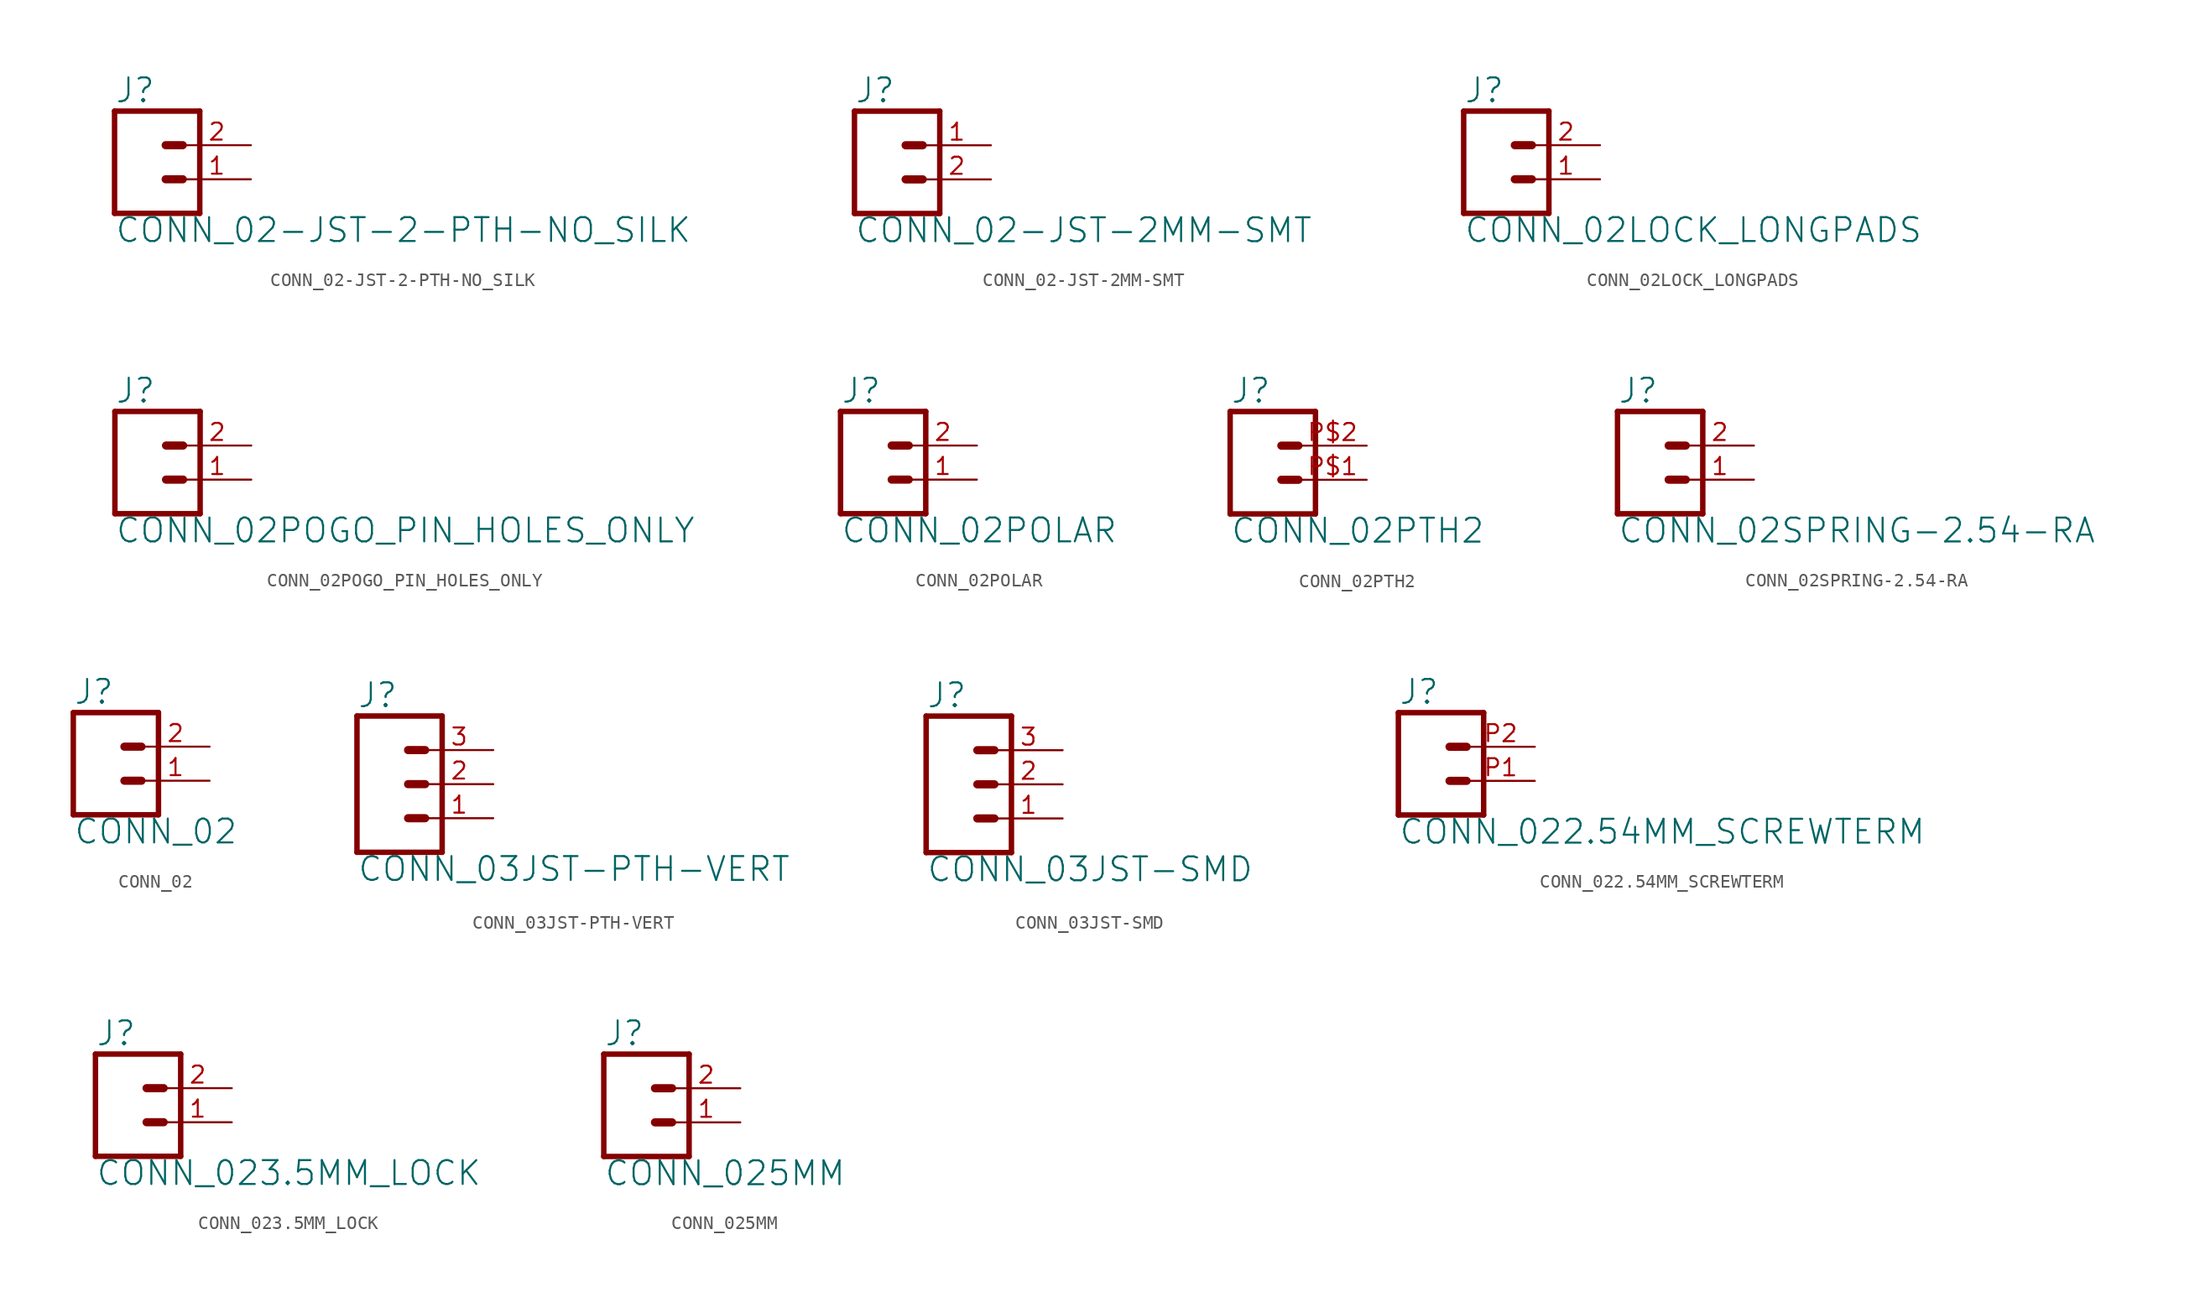
<source format=kicad_sym>
(kicad_symbol_lib
  (version 20220331)
  (generator kicad_symbol_editor)
  (symbol "CONN_02-JST-2-PTH-NO_SILK"
    (property "Reference" "J"
      (at -2.54 5.588 0)
      (effects (font (size 1.778 1.778)) (justify left bottom)))
    (property "Value" "CONN_02-JST-2-PTH-NO_SILK"
      (at -2.54 -4.826 0)
      (effects (font (size 1.778 1.778)) (justify left bottom)))
    (property "ki_locked" ""
      (at 0 0 0)
      (effects (font (size 1.27 1.27))))
    (symbol "CONN_02-JST-2-PTH-NO_SILK_1_0"
      (polyline (pts (xy -2.54 5.08) (xy -2.54 -2.54)) (stroke (width 0.406) (type solid)) (fill (type none)))
      (polyline (pts (xy -2.54 5.08) (xy 3.81 5.08)) (stroke (width 0.406) (type solid)) (fill (type none)))
      (polyline (pts (xy 1.27 0) (xy 2.54 0)) (stroke (width 0.61) (type solid)) (fill (type none)))
      (polyline (pts (xy 1.27 2.54) (xy 2.54 2.54)) (stroke (width 0.61) (type solid)) (fill (type none)))
      (polyline (pts (xy 3.81 -2.54) (xy -2.54 -2.54)) (stroke (width 0.406) (type solid)) (fill (type none)))
      (polyline (pts (xy 3.81 -2.54) (xy 3.81 5.08)) (stroke (width 0.406) (type solid)) (fill (type none)))
      (pin passive line (at 7.62 0 180) (length 5.08) (name "1" (effects (font (size 0 0)))) (number "1" (effects (font (size 1.27 1.27)))))
      (pin passive line (at 7.62 2.54 180) (length 5.08) (name "2" (effects (font (size 0 0)))) (number "2" (effects (font (size 1.27 1.27)))))))
  (symbol "CONN_02-JST-2MM-SMT"
    (property "Reference" "J"
      (at -2.54 5.588 0)
      (effects (font (size 1.778 1.778)) (justify left bottom)))
    (property "Value" "CONN_02-JST-2MM-SMT"
      (at -2.54 -4.826 0)
      (effects (font (size 1.778 1.778)) (justify left bottom)))
    (property "ki_locked" ""
      (at 0 0 0)
      (effects (font (size 1.27 1.27))))
    (symbol "CONN_02-JST-2MM-SMT_1_0"
      (polyline (pts (xy -2.54 5.08) (xy -2.54 -2.54)) (stroke (width 0.406) (type solid)) (fill (type none)))
      (polyline (pts (xy -2.54 5.08) (xy 3.81 5.08)) (stroke (width 0.406) (type solid)) (fill (type none)))
      (polyline (pts (xy 1.27 0) (xy 2.54 0)) (stroke (width 0.61) (type solid)) (fill (type none)))
      (polyline (pts (xy 1.27 2.54) (xy 2.54 2.54)) (stroke (width 0.61) (type solid)) (fill (type none)))
      (polyline (pts (xy 3.81 -2.54) (xy -2.54 -2.54)) (stroke (width 0.406) (type solid)) (fill (type none)))
      (polyline (pts (xy 3.81 -2.54) (xy 3.81 5.08)) (stroke (width 0.406) (type solid)) (fill (type none)))
      (pin passive line (at 7.62 2.54 180) (length 5.08) (name "2" (effects (font (size 0 0)))) (number "1" (effects (font (size 1.27 1.27)))))
      (pin passive line (at 7.62 0 180) (length 5.08) (name "1" (effects (font (size 0 0)))) (number "2" (effects (font (size 1.27 1.27)))))))
  (symbol "CONN_02LOCK_LONGPADS"
    (property "Reference" "J"
      (at -2.54 5.588 0)
      (effects (font (size 1.778 1.778)) (justify left bottom)))
    (property "Value" "CONN_02LOCK_LONGPADS"
      (at -2.54 -4.826 0)
      (effects (font (size 1.778 1.778)) (justify left bottom)))
    (property "ki_locked" ""
      (at 0 0 0)
      (effects (font (size 1.27 1.27))))
    (symbol "CONN_02LOCK_LONGPADS_1_0"
      (polyline (pts (xy -2.54 5.08) (xy -2.54 -2.54)) (stroke (width 0.406) (type solid)) (fill (type none)))
      (polyline (pts (xy -2.54 5.08) (xy 3.81 5.08)) (stroke (width 0.406) (type solid)) (fill (type none)))
      (polyline (pts (xy 1.27 0) (xy 2.54 0)) (stroke (width 0.61) (type solid)) (fill (type none)))
      (polyline (pts (xy 1.27 2.54) (xy 2.54 2.54)) (stroke (width 0.61) (type solid)) (fill (type none)))
      (polyline (pts (xy 3.81 -2.54) (xy -2.54 -2.54)) (stroke (width 0.406) (type solid)) (fill (type none)))
      (polyline (pts (xy 3.81 -2.54) (xy 3.81 5.08)) (stroke (width 0.406) (type solid)) (fill (type none)))
      (pin passive line (at 7.62 0 180) (length 5.08) (name "1" (effects (font (size 0 0)))) (number "1" (effects (font (size 1.27 1.27)))))
      (pin passive line (at 7.62 2.54 180) (length 5.08) (name "2" (effects (font (size 0 0)))) (number "2" (effects (font (size 1.27 1.27)))))))
  (symbol "CONN_02POGO_PIN_HOLES_ONLY"
    (property "Reference" "J"
      (at -2.54 5.588 0)
      (effects (font (size 1.778 1.778)) (justify left bottom)))
    (property "Value" "CONN_02POGO_PIN_HOLES_ONLY"
      (at -2.54 -4.826 0)
      (effects (font (size 1.778 1.778)) (justify left bottom)))
    (property "ki_locked" ""
      (at 0 0 0)
      (effects (font (size 1.27 1.27))))
    (symbol "CONN_02POGO_PIN_HOLES_ONLY_1_0"
      (polyline (pts (xy -2.54 5.08) (xy -2.54 -2.54)) (stroke (width 0.406) (type solid)) (fill (type none)))
      (polyline (pts (xy -2.54 5.08) (xy 3.81 5.08)) (stroke (width 0.406) (type solid)) (fill (type none)))
      (polyline (pts (xy 1.27 0) (xy 2.54 0)) (stroke (width 0.61) (type solid)) (fill (type none)))
      (polyline (pts (xy 1.27 2.54) (xy 2.54 2.54)) (stroke (width 0.61) (type solid)) (fill (type none)))
      (polyline (pts (xy 3.81 -2.54) (xy -2.54 -2.54)) (stroke (width 0.406) (type solid)) (fill (type none)))
      (polyline (pts (xy 3.81 -2.54) (xy 3.81 5.08)) (stroke (width 0.406) (type solid)) (fill (type none)))
      (pin passive line (at 7.62 0 180) (length 5.08) (name "1" (effects (font (size 0 0)))) (number "1" (effects (font (size 1.27 1.27)))))
      (pin passive line (at 7.62 2.54 180) (length 5.08) (name "2" (effects (font (size 0 0)))) (number "2" (effects (font (size 1.27 1.27)))))))
  (symbol "CONN_02POLAR"
    (property "Reference" "J"
      (at -2.54 5.588 0)
      (effects (font (size 1.778 1.778)) (justify left bottom)))
    (property "Value" "CONN_02POLAR"
      (at -2.54 -4.826 0)
      (effects (font (size 1.778 1.778)) (justify left bottom)))
    (property "ki_locked" ""
      (at 0 0 0)
      (effects (font (size 1.27 1.27))))
    (symbol "CONN_02POLAR_1_0"
      (polyline (pts (xy -2.54 5.08) (xy -2.54 -2.54)) (stroke (width 0.406) (type solid)) (fill (type none)))
      (polyline (pts (xy -2.54 5.08) (xy 3.81 5.08)) (stroke (width 0.406) (type solid)) (fill (type none)))
      (polyline (pts (xy 1.27 0) (xy 2.54 0)) (stroke (width 0.61) (type solid)) (fill (type none)))
      (polyline (pts (xy 1.27 2.54) (xy 2.54 2.54)) (stroke (width 0.61) (type solid)) (fill (type none)))
      (polyline (pts (xy 3.81 -2.54) (xy -2.54 -2.54)) (stroke (width 0.406) (type solid)) (fill (type none)))
      (polyline (pts (xy 3.81 -2.54) (xy 3.81 5.08)) (stroke (width 0.406) (type solid)) (fill (type none)))
      (pin passive line (at 7.62 0 180) (length 5.08) (name "1" (effects (font (size 0 0)))) (number "1" (effects (font (size 1.27 1.27)))))
      (pin passive line (at 7.62 2.54 180) (length 5.08) (name "2" (effects (font (size 0 0)))) (number "2" (effects (font (size 1.27 1.27)))))))
  (symbol "CONN_02PTH2"
    (property "Reference" "J"
      (at -2.54 5.588 0)
      (effects (font (size 1.778 1.778)) (justify left bottom)))
    (property "Value" "CONN_02PTH2"
      (at -2.54 -4.826 0)
      (effects (font (size 1.778 1.778)) (justify left bottom)))
    (property "ki_locked" ""
      (at 0 0 0)
      (effects (font (size 1.27 1.27))))
    (symbol "CONN_02PTH2_1_0"
      (polyline (pts (xy -2.54 5.08) (xy -2.54 -2.54)) (stroke (width 0.406) (type solid)) (fill (type none)))
      (polyline (pts (xy -2.54 5.08) (xy 3.81 5.08)) (stroke (width 0.406) (type solid)) (fill (type none)))
      (polyline (pts (xy 1.27 0) (xy 2.54 0)) (stroke (width 0.61) (type solid)) (fill (type none)))
      (polyline (pts (xy 1.27 2.54) (xy 2.54 2.54)) (stroke (width 0.61) (type solid)) (fill (type none)))
      (polyline (pts (xy 3.81 -2.54) (xy -2.54 -2.54)) (stroke (width 0.406) (type solid)) (fill (type none)))
      (polyline (pts (xy 3.81 -2.54) (xy 3.81 5.08)) (stroke (width 0.406) (type solid)) (fill (type none)))
      (pin passive line (at 7.62 0 180) (length 5.08) (name "1" (effects (font (size 0 0)))) (number "P$1" (effects (font (size 1.27 1.27)))))
      (pin passive line (at 7.62 2.54 180) (length 5.08) (name "2" (effects (font (size 0 0)))) (number "P$2" (effects (font (size 1.27 1.27)))))))
  (symbol "CONN_02SPRING-2.54-RA"
    (property "Reference" "J"
      (at -2.54 5.588 0)
      (effects (font (size 1.778 1.778)) (justify left bottom)))
    (property "Value" "CONN_02SPRING-2.54-RA"
      (at -2.54 -4.826 0)
      (effects (font (size 1.778 1.778)) (justify left bottom)))
    (property "ki_locked" ""
      (at 0 0 0)
      (effects (font (size 1.27 1.27))))
    (symbol "CONN_02SPRING-2.54-RA_1_0"
      (polyline (pts (xy -2.54 5.08) (xy -2.54 -2.54)) (stroke (width 0.406) (type solid)) (fill (type none)))
      (polyline (pts (xy -2.54 5.08) (xy 3.81 5.08)) (stroke (width 0.406) (type solid)) (fill (type none)))
      (polyline (pts (xy 1.27 0) (xy 2.54 0)) (stroke (width 0.61) (type solid)) (fill (type none)))
      (polyline (pts (xy 1.27 2.54) (xy 2.54 2.54)) (stroke (width 0.61) (type solid)) (fill (type none)))
      (polyline (pts (xy 3.81 -2.54) (xy -2.54 -2.54)) (stroke (width 0.406) (type solid)) (fill (type none)))
      (polyline (pts (xy 3.81 -2.54) (xy 3.81 5.08)) (stroke (width 0.406) (type solid)) (fill (type none)))
      (pin passive line (at 7.62 0 180) (length 5.08) (name "1" (effects (font (size 0 0)))) (number "1" (effects (font (size 1.27 1.27)))))
      (pin passive line (at 7.62 2.54 180) (length 5.08) (name "2" (effects (font (size 0 0)))) (number "2" (effects (font (size 1.27 1.27)))))))
  (symbol "CONN_02"
    (property "Reference" "J"
      (at -2.54 5.588 0)
      (effects (font (size 1.778 1.778)) (justify left bottom)))
    (property "Value" "CONN_02"
      (at -2.54 -4.826 0)
      (effects (font (size 1.778 1.778)) (justify left bottom)))
    (property "ki_locked" ""
      (at 0 0 0)
      (effects (font (size 1.27 1.27))))
    (symbol "CONN_02_1_0"
      (polyline (pts (xy -2.54 5.08) (xy -2.54 -2.54)) (stroke (width 0.406) (type solid)) (fill (type none)))
      (polyline (pts (xy -2.54 5.08) (xy 3.81 5.08)) (stroke (width 0.406) (type solid)) (fill (type none)))
      (polyline (pts (xy 1.27 0) (xy 2.54 0)) (stroke (width 0.61) (type solid)) (fill (type none)))
      (polyline (pts (xy 1.27 2.54) (xy 2.54 2.54)) (stroke (width 0.61) (type solid)) (fill (type none)))
      (polyline (pts (xy 3.81 -2.54) (xy -2.54 -2.54)) (stroke (width 0.406) (type solid)) (fill (type none)))
      (polyline (pts (xy 3.81 -2.54) (xy 3.81 5.08)) (stroke (width 0.406) (type solid)) (fill (type none)))
      (pin passive line (at 7.62 0 180) (length 5.08) (name "1" (effects (font (size 0 0)))) (number "1" (effects (font (size 1.27 1.27)))))
      (pin passive line (at 7.62 2.54 180) (length 5.08) (name "2" (effects (font (size 0 0)))) (number "2" (effects (font (size 1.27 1.27)))))))
  (symbol "CONN_03JST-PTH-VERT"
    (property "Reference" "J"
      (at -2.54 5.588 0)
      (effects (font (size 1.778 1.778)) (justify left bottom)))
    (property "Value" "CONN_03JST-PTH-VERT"
      (at -2.54 -7.366 0)
      (effects (font (size 1.778 1.778)) (justify left bottom)))
    (property "ki_locked" ""
      (at 0 0 0)
      (effects (font (size 1.27 1.27))))
    (symbol "CONN_03JST-PTH-VERT_1_0"
      (polyline (pts (xy -2.54 5.08) (xy -2.54 -5.08)) (stroke (width 0.406) (type solid)) (fill (type none)))
      (polyline (pts (xy -2.54 5.08) (xy 3.81 5.08)) (stroke (width 0.406) (type solid)) (fill (type none)))
      (polyline (pts (xy 1.27 -2.54) (xy 2.54 -2.54)) (stroke (width 0.61) (type solid)) (fill (type none)))
      (polyline (pts (xy 1.27 0) (xy 2.54 0)) (stroke (width 0.61) (type solid)) (fill (type none)))
      (polyline (pts (xy 1.27 2.54) (xy 2.54 2.54)) (stroke (width 0.61) (type solid)) (fill (type none)))
      (polyline (pts (xy 3.81 -5.08) (xy -2.54 -5.08)) (stroke (width 0.406) (type solid)) (fill (type none)))
      (polyline (pts (xy 3.81 -5.08) (xy 3.81 5.08)) (stroke (width 0.406) (type solid)) (fill (type none)))
      (pin passive line (at 7.62 -2.54 180) (length 5.08) (name "1" (effects (font (size 0 0)))) (number "1" (effects (font (size 1.27 1.27)))))
      (pin passive line (at 7.62 0 180) (length 5.08) (name "2" (effects (font (size 0 0)))) (number "2" (effects (font (size 1.27 1.27)))))
      (pin passive line (at 7.62 2.54 180) (length 5.08) (name "3" (effects (font (size 0 0)))) (number "3" (effects (font (size 1.27 1.27)))))))
  (symbol "CONN_03JST-SMD"
    (property "Reference" "J"
      (at -2.54 5.588 0)
      (effects (font (size 1.778 1.778)) (justify left bottom)))
    (property "Value" "CONN_03JST-SMD"
      (at -2.54 -7.366 0)
      (effects (font (size 1.778 1.778)) (justify left bottom)))
    (property "ki_locked" ""
      (at 0 0 0)
      (effects (font (size 1.27 1.27))))
    (symbol "CONN_03JST-SMD_1_0"
      (polyline (pts (xy -2.54 5.08) (xy -2.54 -5.08)) (stroke (width 0.406) (type solid)) (fill (type none)))
      (polyline (pts (xy -2.54 5.08) (xy 3.81 5.08)) (stroke (width 0.406) (type solid)) (fill (type none)))
      (polyline (pts (xy 1.27 -2.54) (xy 2.54 -2.54)) (stroke (width 0.61) (type solid)) (fill (type none)))
      (polyline (pts (xy 1.27 0) (xy 2.54 0)) (stroke (width 0.61) (type solid)) (fill (type none)))
      (polyline (pts (xy 1.27 2.54) (xy 2.54 2.54)) (stroke (width 0.61) (type solid)) (fill (type none)))
      (polyline (pts (xy 3.81 -5.08) (xy -2.54 -5.08)) (stroke (width 0.406) (type solid)) (fill (type none)))
      (polyline (pts (xy 3.81 -5.08) (xy 3.81 5.08)) (stroke (width 0.406) (type solid)) (fill (type none)))
      (pin passive line (at 7.62 -2.54 180) (length 5.08) (name "1" (effects (font (size 0 0)))) (number "1" (effects (font (size 1.27 1.27)))))
      (pin passive line (at 7.62 0 180) (length 5.08) (name "2" (effects (font (size 0 0)))) (number "2" (effects (font (size 1.27 1.27)))))
      (pin passive line (at 7.62 2.54 180) (length 5.08) (name "3" (effects (font (size 0 0)))) (number "3" (effects (font (size 1.27 1.27)))))))
  (symbol "CONN_022.54MM_SCREWTERM"
    (property "Reference" "J"
      (at -2.54 5.588 0)
      (effects (font (size 1.778 1.778)) (justify left bottom)))
    (property "Value" "CONN_022.54MM_SCREWTERM"
      (at -2.54 -4.826 0)
      (effects (font (size 1.778 1.778)) (justify left bottom)))
    (property "ki_locked" ""
      (at 0 0 0)
      (effects (font (size 1.27 1.27))))
    (symbol "CONN_022.54MM_SCREWTERM_1_0"
      (polyline (pts (xy -2.54 5.08) (xy -2.54 -2.54)) (stroke (width 0.406) (type solid)) (fill (type none)))
      (polyline (pts (xy -2.54 5.08) (xy 3.81 5.08)) (stroke (width 0.406) (type solid)) (fill (type none)))
      (polyline (pts (xy 1.27 0) (xy 2.54 0)) (stroke (width 0.61) (type solid)) (fill (type none)))
      (polyline (pts (xy 1.27 2.54) (xy 2.54 2.54)) (stroke (width 0.61) (type solid)) (fill (type none)))
      (polyline (pts (xy 3.81 -2.54) (xy -2.54 -2.54)) (stroke (width 0.406) (type solid)) (fill (type none)))
      (polyline (pts (xy 3.81 -2.54) (xy 3.81 5.08)) (stroke (width 0.406) (type solid)) (fill (type none)))
      (pin passive line (at 7.62 0 180) (length 5.08) (name "1" (effects (font (size 0 0)))) (number "P1" (effects (font (size 1.27 1.27)))))
      (pin passive line (at 7.62 2.54 180) (length 5.08) (name "2" (effects (font (size 0 0)))) (number "P2" (effects (font (size 1.27 1.27)))))))
  (symbol "CONN_023.5MM_LOCK"
    (property "Reference" "J"
      (at -2.54 5.588 0)
      (effects (font (size 1.778 1.778)) (justify left bottom)))
    (property "Value" "CONN_023.5MM_LOCK"
      (at -2.54 -4.826 0)
      (effects (font (size 1.778 1.778)) (justify left bottom)))
    (property "ki_locked" ""
      (at 0 0 0)
      (effects (font (size 1.27 1.27))))
    (symbol "CONN_023.5MM_LOCK_1_0"
      (polyline (pts (xy -2.54 5.08) (xy -2.54 -2.54)) (stroke (width 0.406) (type solid)) (fill (type none)))
      (polyline (pts (xy -2.54 5.08) (xy 3.81 5.08)) (stroke (width 0.406) (type solid)) (fill (type none)))
      (polyline (pts (xy 1.27 0) (xy 2.54 0)) (stroke (width 0.61) (type solid)) (fill (type none)))
      (polyline (pts (xy 1.27 2.54) (xy 2.54 2.54)) (stroke (width 0.61) (type solid)) (fill (type none)))
      (polyline (pts (xy 3.81 -2.54) (xy -2.54 -2.54)) (stroke (width 0.406) (type solid)) (fill (type none)))
      (polyline (pts (xy 3.81 -2.54) (xy 3.81 5.08)) (stroke (width 0.406) (type solid)) (fill (type none)))
      (pin passive line (at 7.62 0 180) (length 5.08) (name "1" (effects (font (size 0 0)))) (number "1" (effects (font (size 1.27 1.27)))))
      (pin passive line (at 7.62 2.54 180) (length 5.08) (name "2" (effects (font (size 0 0)))) (number "2" (effects (font (size 1.27 1.27)))))))
  (symbol "CONN_025MM"
    (property "Reference" "J"
      (at -2.54 5.588 0)
      (effects (font (size 1.778 1.778)) (justify left bottom)))
    (property "Value" "CONN_025MM"
      (at -2.54 -4.826 0)
      (effects (font (size 1.778 1.778)) (justify left bottom)))
    (property "ki_locked" ""
      (at 0 0 0)
      (effects (font (size 1.27 1.27))))
    (symbol "CONN_025MM_1_0"
      (polyline (pts (xy -2.54 5.08) (xy -2.54 -2.54)) (stroke (width 0.406) (type solid)) (fill (type none)))
      (polyline (pts (xy -2.54 5.08) (xy 3.81 5.08)) (stroke (width 0.406) (type solid)) (fill (type none)))
      (polyline (pts (xy 1.27 0) (xy 2.54 0)) (stroke (width 0.61) (type solid)) (fill (type none)))
      (polyline (pts (xy 1.27 2.54) (xy 2.54 2.54)) (stroke (width 0.61) (type solid)) (fill (type none)))
      (polyline (pts (xy 3.81 -2.54) (xy -2.54 -2.54)) (stroke (width 0.406) (type solid)) (fill (type none)))
      (polyline (pts (xy 3.81 -2.54) (xy 3.81 5.08)) (stroke (width 0.406) (type solid)) (fill (type none)))
      (pin passive line (at 7.62 0 180) (length 5.08) (name "1" (effects (font (size 0 0)))) (number "1" (effects (font (size 1.27 1.27)))))
      (pin passive line (at 7.62 2.54 180) (length 5.08) (name "2" (effects (font (size 0 0)))) (number "2" (effects (font (size 1.27 1.27))))))))
</source>
